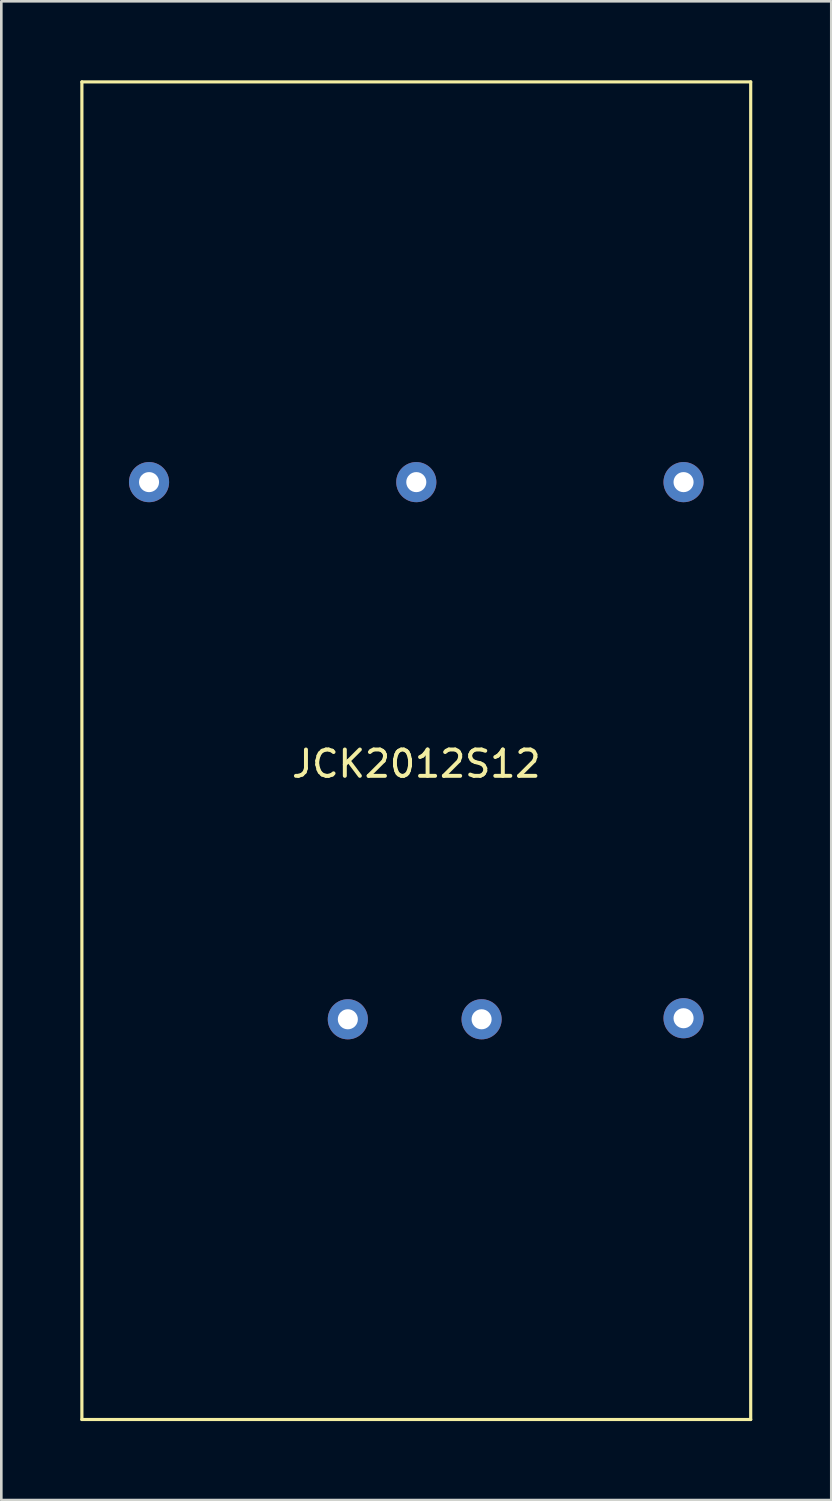
<source format=kicad_pcb>
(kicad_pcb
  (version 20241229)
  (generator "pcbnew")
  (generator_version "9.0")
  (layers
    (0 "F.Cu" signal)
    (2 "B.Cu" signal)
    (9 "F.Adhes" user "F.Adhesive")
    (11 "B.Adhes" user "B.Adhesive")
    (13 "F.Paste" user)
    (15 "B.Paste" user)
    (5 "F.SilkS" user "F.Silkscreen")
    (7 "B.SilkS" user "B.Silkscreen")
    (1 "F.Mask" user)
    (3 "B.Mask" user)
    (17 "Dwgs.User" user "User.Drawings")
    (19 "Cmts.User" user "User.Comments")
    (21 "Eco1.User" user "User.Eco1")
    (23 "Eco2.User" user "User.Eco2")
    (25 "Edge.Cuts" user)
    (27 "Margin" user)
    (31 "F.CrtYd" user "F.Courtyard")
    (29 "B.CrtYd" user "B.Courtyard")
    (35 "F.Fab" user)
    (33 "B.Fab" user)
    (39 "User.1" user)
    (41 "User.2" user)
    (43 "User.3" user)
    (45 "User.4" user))
  (footprint "JCK2012S12"
    (layer "F.Cu")
    (at 12.76 25.46)
    (property "Reference" "JCK2012S12" (at 0 0.5 0) (layer "F.SilkS") (effects (font (size 1 1) (thickness 0.15))))
    (attr through_hole)
    (fp_line (start -12.7 -25.4) (end -12.7 25.4) (stroke (width 0.12) (type solid)) (layer "F.SilkS"))
    (fp_line (start 12.7 -25.4) (end -12.7 -25.4) (stroke (width 0.12) (type solid)) (layer "F.SilkS"))
    (fp_line (start 12.7 -25.4) (end 12.7 25.4) (stroke (width 0.12) (type solid)) (layer "F.SilkS"))
    (fp_line (start 12.7 25.4) (end -12.7 25.4) (stroke (width 0.12) (type solid)) (layer "F.SilkS"))
    (pad "1" thru_hole circle (at -2.6 10.2) (size 1.524 1.524) (drill 0.762) (layers "*.Cu" "*.Mask"))
    (pad "2" thru_hole circle (at 2.48 10.2) (size 1.524 1.524) (drill 0.762) (layers "*.Cu" "*.Mask"))
    (pad "3" thru_hole circle (at -10.15 -10.2) (size 1.524 1.524) (drill 0.762) (layers "*.Cu" "*.Mask"))
    (pad "4" thru_hole circle (at 0 -10.2) (size 1.524 1.524) (drill 0.762) (layers "*.Cu" "*.Mask"))
    (pad "5" thru_hole circle (at 10.15 -10.2) (size 1.524 1.524) (drill 0.762) (layers "*.Cu" "*.Mask"))
    (pad "6" thru_hole circle (at 10.15 10.16) (size 1.524 1.524) (drill 0.762) (layers "*.Cu" "*.Mask")))
  (gr_rect
    (start -3 -3)
    (end 28.52 53.92)
    (stroke (width 0.1) (type default))
    (fill no)
    (layer "Edge.Cuts")))
</source>
